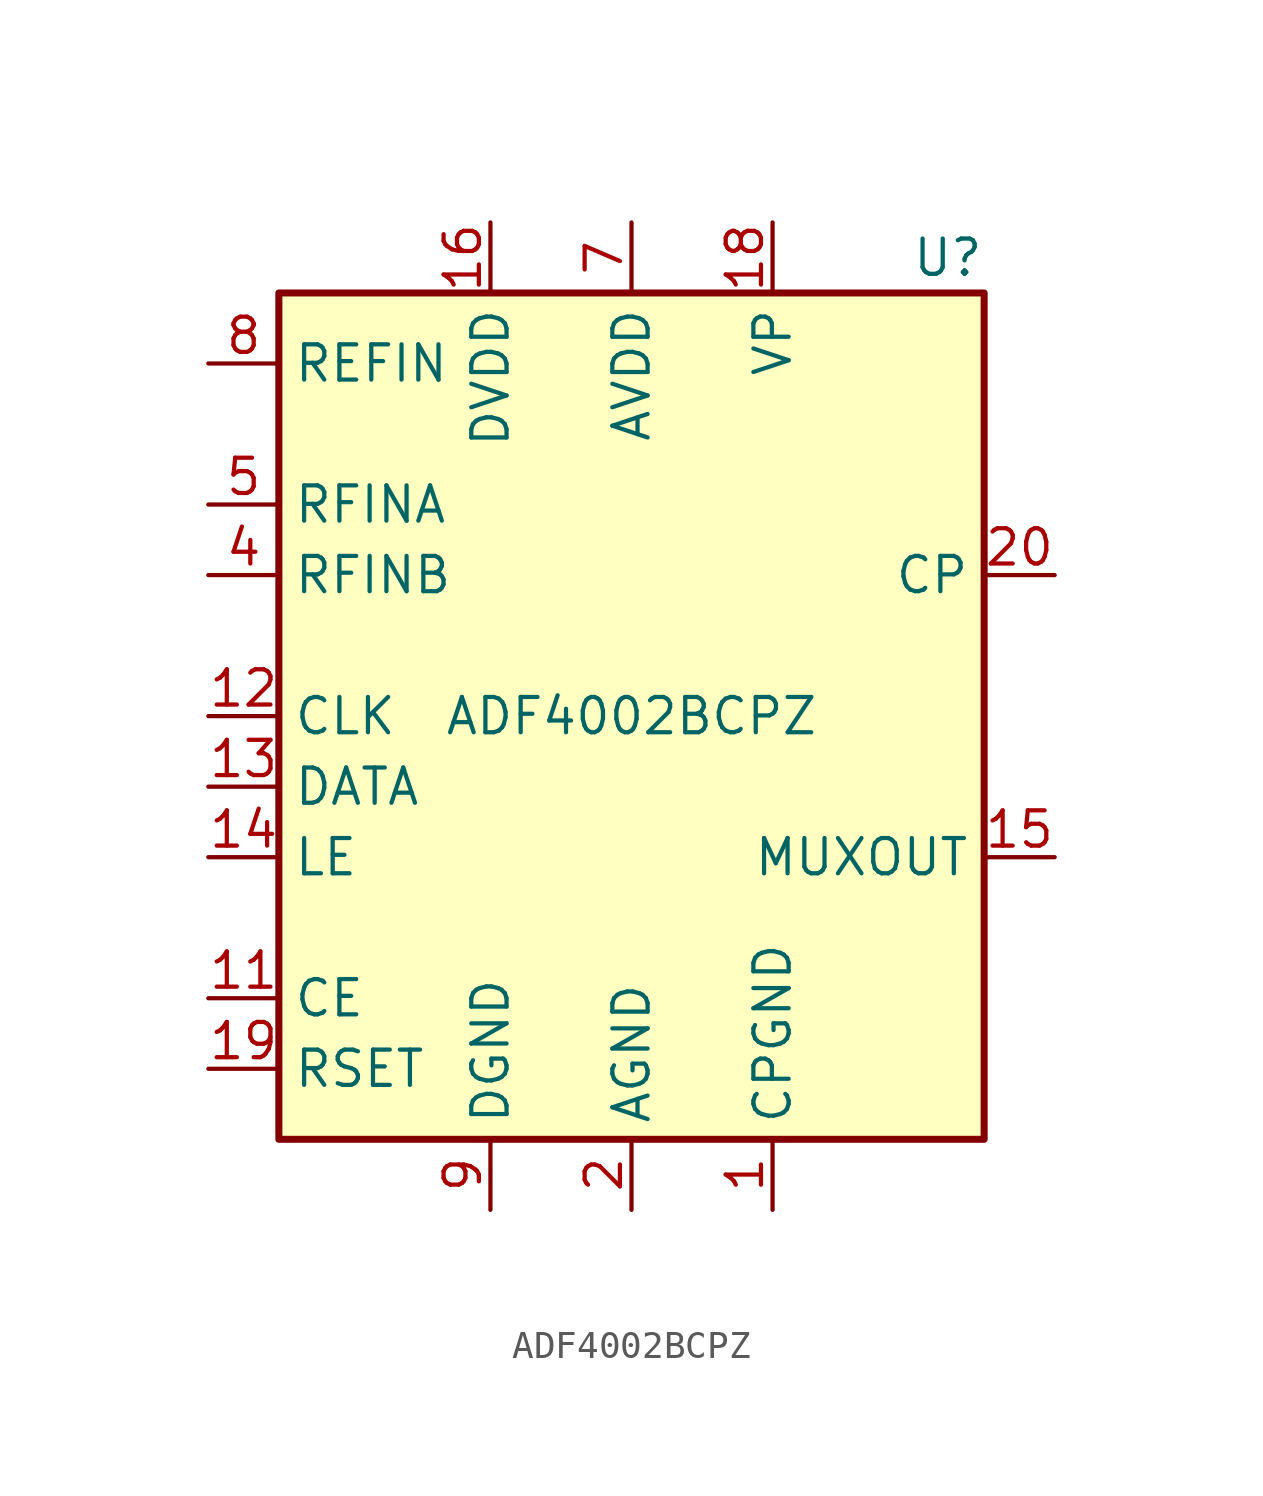
<source format=kicad_sym>
(kicad_symbol_lib
  (version 20211014)
  (generator kicad_symbol_editor)
  (symbol "ADF4002BCPZ"
    (property "Reference" "U"
      (at 12.7 16.51 0)
      (effects (font (size 1.27 1.27)) (justify right)))
    (property "Value" "ADF4002BCPZ"
      (at 0 0 0)
      (effects (font (size 1.27 1.27))))
    (symbol "ADF4002BCPZ_0_1"
      (rectangle (start -12.7 15.24) (end 12.7 -15.24) (stroke (width 0.254) (type default) (color 0 0 0 0)) (fill (type background))))
    (symbol "ADF4002BCPZ_1_1"
      (pin power_in line (at 5.08 -17.78 90) (length 2.54) (name "CPGND" (effects (font (size 1.27 1.27)))) (number "1" (effects (font (size 1.27 1.27)))))
      (pin passive line (at -5.08 -17.78 90) (length 2.54) hide (name "DGND" (effects (font (size 1.27 1.27)))) (number "10" (effects (font (size 1.27 1.27)))))
      (pin input line (at -15.24 -10.16 0) (length 2.54) (name "CE" (effects (font (size 1.27 1.27)))) (number "11" (effects (font (size 1.27 1.27)))))
      (pin input line (at -15.24 0 0) (length 2.54) (name "CLK" (effects (font (size 1.27 1.27)))) (number "12" (effects (font (size 1.27 1.27)))))
      (pin input line (at -15.24 -2.54 0) (length 2.54) (name "DATA" (effects (font (size 1.27 1.27)))) (number "13" (effects (font (size 1.27 1.27)))))
      (pin input line (at -15.24 -5.08 0) (length 2.54) (name "LE" (effects (font (size 1.27 1.27)))) (number "14" (effects (font (size 1.27 1.27)))))
      (pin output line (at 15.24 -5.08 180) (length 2.54) (name "MUXOUT" (effects (font (size 1.27 1.27)))) (number "15" (effects (font (size 1.27 1.27)))))
      (pin power_in line (at -5.08 17.78 270) (length 2.54) (name "DVDD" (effects (font (size 1.27 1.27)))) (number "16" (effects (font (size 1.27 1.27)))))
      (pin passive line (at -5.08 17.78 270) (length 2.54) hide (name "DVDD" (effects (font (size 1.27 1.27)))) (number "17" (effects (font (size 1.27 1.27)))))
      (pin power_in line (at 5.08 17.78 270) (length 2.54) (name "VP" (effects (font (size 1.27 1.27)))) (number "18" (effects (font (size 1.27 1.27)))))
      (pin input line (at -15.24 -12.7 0) (length 2.54) (name "RSET" (effects (font (size 1.27 1.27)))) (number "19" (effects (font (size 1.27 1.27)))))
      (pin power_in line (at 0 -17.78 90) (length 2.54) (name "AGND" (effects (font (size 1.27 1.27)))) (number "2" (effects (font (size 1.27 1.27)))))
      (pin output line (at 15.24 5.08 180) (length 2.54) (name "CP" (effects (font (size 1.27 1.27)))) (number "20" (effects (font (size 1.27 1.27)))))
      (pin passive line (at 0 -17.78 90) (length 2.54) hide (name "AGND" (effects (font (size 1.27 1.27)))) (number "21" (effects (font (size 1.27 1.27)))))
      (pin passive line (at 0 -17.78 90) (length 2.54) hide (name "AGND" (effects (font (size 1.27 1.27)))) (number "3" (effects (font (size 1.27 1.27)))))
      (pin input line (at -15.24 5.08 0) (length 2.54) (name "RFINB" (effects (font (size 1.27 1.27)))) (number "4" (effects (font (size 1.27 1.27)))))
      (pin input line (at -15.24 7.62 0) (length 2.54) (name "RFINA" (effects (font (size 1.27 1.27)))) (number "5" (effects (font (size 1.27 1.27)))))
      (pin passive line (at 0 17.78 270) (length 2.54) hide (name "AVDD" (effects (font (size 1.27 1.27)))) (number "6" (effects (font (size 1.27 1.27)))))
      (pin power_in line (at 0 17.78 270) (length 2.54) (name "AVDD" (effects (font (size 1.27 1.27)))) (number "7" (effects (font (size 1.27 1.27)))))
      (pin input line (at -15.24 12.7 0) (length 2.54) (name "REFIN" (effects (font (size 1.27 1.27)))) (number "8" (effects (font (size 1.27 1.27)))))
      (pin power_in line (at -5.08 -17.78 90) (length 2.54) (name "DGND" (effects (font (size 1.27 1.27)))) (number "9" (effects (font (size 1.27 1.27))))))))
</source>
